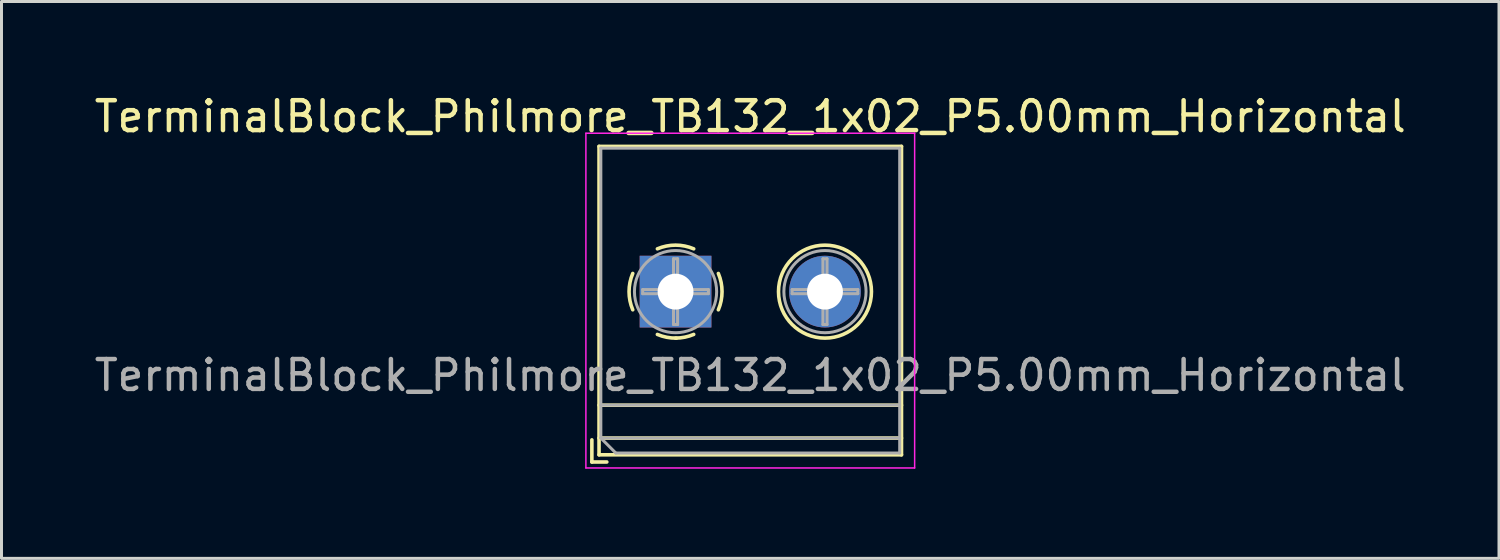
<source format=kicad_pcb>
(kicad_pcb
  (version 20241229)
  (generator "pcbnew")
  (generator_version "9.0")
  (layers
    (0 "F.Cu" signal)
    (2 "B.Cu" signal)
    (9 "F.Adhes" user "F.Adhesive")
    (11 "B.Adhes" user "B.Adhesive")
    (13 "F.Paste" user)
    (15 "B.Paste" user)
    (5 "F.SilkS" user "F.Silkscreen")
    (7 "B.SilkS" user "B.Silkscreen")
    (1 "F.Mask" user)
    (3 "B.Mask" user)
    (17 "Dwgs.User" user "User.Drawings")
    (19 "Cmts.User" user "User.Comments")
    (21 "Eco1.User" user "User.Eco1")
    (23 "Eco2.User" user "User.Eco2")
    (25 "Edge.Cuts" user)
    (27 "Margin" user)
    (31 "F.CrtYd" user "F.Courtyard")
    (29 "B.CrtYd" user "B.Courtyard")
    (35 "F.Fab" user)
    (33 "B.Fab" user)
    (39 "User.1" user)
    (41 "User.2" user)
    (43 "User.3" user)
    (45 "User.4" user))
  (footprint "TerminalBlock_Philmore_TB132_1x02_P5.00mm_Horizontal"
    (layer "F.Cu")
    (at 19.554 6.708)
    (property "Reference" "TerminalBlock_Philmore_TB132_1x02_P5.00mm_Horizontal" (at 2.5 -5.86 0) (layer "F.SilkS") (effects (font (size 1 1) (thickness 0.15))))
    (attr through_hole)
    (fp_line (start -2.8 4.96) (end -2.8 5.7) (stroke (width 0.12) (type solid)) (layer "F.SilkS"))
    (fp_line (start -2.8 5.7) (end -2.3 5.7) (stroke (width 0.12) (type solid)) (layer "F.SilkS"))
    (fp_line (start -2.56 -4.86) (end -2.56 5.46) (stroke (width 0.12) (type solid)) (layer "F.SilkS"))
    (fp_line (start -2.56 -4.86) (end 7.56 -4.86) (stroke (width 0.12) (type solid)) (layer "F.SilkS"))
    (fp_line (start -2.56 3.8) (end 7.56 3.8) (stroke (width 0.12) (type solid)) (layer "F.SilkS"))
    (fp_line (start -2.56 4.9) (end 7.56 4.9) (stroke (width 0.12) (type solid)) (layer "F.SilkS"))
    (fp_line (start -2.56 5.46) (end 7.56 5.46) (stroke (width 0.12) (type solid)) (layer "F.SilkS"))
    (fp_line (start 7.56 -4.86) (end 7.56 5.46) (stroke (width 0.12) (type solid)) (layer "F.SilkS"))
    (fp_arc (start -1.432109 0.607742) (mid -1.555727 -0.00014) (end -1.432 -0.608) (stroke (width 0.12) (type solid)) (layer "F.SilkS"))
    (fp_arc (start -0.607742 -1.432109) (mid 0.00014 -1.555727) (end 0.608 -1.432) (stroke (width 0.12) (type solid)) (layer "F.SilkS"))
    (fp_arc (start 0.027011 1.555493) (mid -0.296984 1.527118) (end -0.608 1.432) (stroke (width 0.12) (type solid)) (layer "F.SilkS"))
    (fp_arc (start 0.607587 1.431385) (mid 0.310017 1.523783) (end 0 1.555) (stroke (width 0.12) (type solid)) (layer "F.SilkS"))
    (fp_arc (start 1.432109 -0.607742) (mid 1.555727 0.00014) (end 1.432 0.608) (stroke (width 0.12) (type solid)) (layer "F.SilkS"))
    (fp_circle (center 5 0) (end 6.555 0) (stroke (width 0.12) (type solid)) (fill no) (layer "F.SilkS"))
    (fp_line (start -3 -5.3) (end -3 5.9) (stroke (width 0.05) (type solid)) (layer "F.CrtYd"))
    (fp_line (start -3 5.9) (end 8 5.9) (stroke (width 0.05) (type solid)) (layer "F.CrtYd"))
    (fp_line (start 8 -5.3) (end -3 -5.3) (stroke (width 0.05) (type solid)) (layer "F.CrtYd"))
    (fp_line (start 8 5.9) (end 8 -5.3) (stroke (width 0.05) (type solid)) (layer "F.CrtYd"))
    (fp_line (start -2.5 -4.8) (end 7.5 -4.8) (stroke (width 0.1) (type solid)) (layer "F.Fab"))
    (fp_line (start -2.5 3.8) (end 7.5 3.8) (stroke (width 0.1) (type solid)) (layer "F.Fab"))
    (fp_line (start -2.5 4.9) (end -2.5 -4.8) (stroke (width 0.1) (type solid)) (layer "F.Fab"))
    (fp_line (start -2.5 4.9) (end 7.5 4.9) (stroke (width 0.1) (type solid)) (layer "F.Fab"))
    (fp_line (start -2 5.4) (end -2.5 4.9) (stroke (width 0.1) (type solid)) (layer "F.Fab"))
    (fp_line (start -1.1 -0.069) (end -0.069 -0.069) (stroke (width 0.1) (type solid)) (layer "F.Fab"))
    (fp_line (start -1.1 0.069) (end -1.1 -0.069) (stroke (width 0.1) (type solid)) (layer "F.Fab"))
    (fp_line (start -0.069 -1.1) (end 0.069 -1.1) (stroke (width 0.1) (type solid)) (layer "F.Fab"))
    (fp_line (start -0.069 -0.069) (end -0.069 -1.1) (stroke (width 0.1) (type solid)) (layer "F.Fab"))
    (fp_line (start -0.069 0.069) (end -1.1 0.069) (stroke (width 0.1) (type solid)) (layer "F.Fab"))
    (fp_line (start -0.069 1.1) (end -0.069 0.069) (stroke (width 0.1) (type solid)) (layer "F.Fab"))
    (fp_line (start 0.069 -1.1) (end 0.069 -0.069) (stroke (width 0.1) (type solid)) (layer "F.Fab"))
    (fp_line (start 0.069 -0.069) (end 1.1 -0.069) (stroke (width 0.1) (type solid)) (layer "F.Fab"))
    (fp_line (start 0.069 0.069) (end 0.069 1.1) (stroke (width 0.1) (type solid)) (layer "F.Fab"))
    (fp_line (start 0.069 1.1) (end -0.069 1.1) (stroke (width 0.1) (type solid)) (layer "F.Fab"))
    (fp_line (start 1.1 -0.069) (end 1.1 0.069) (stroke (width 0.1) (type solid)) (layer "F.Fab"))
    (fp_line (start 1.1 0.069) (end 0.069 0.069) (stroke (width 0.1) (type solid)) (layer "F.Fab"))
    (fp_line (start 3.9 -0.069) (end 4.931 -0.069) (stroke (width 0.1) (type solid)) (layer "F.Fab"))
    (fp_line (start 3.9 0.069) (end 3.9 -0.069) (stroke (width 0.1) (type solid)) (layer "F.Fab"))
    (fp_line (start 4.931 -1.1) (end 5.069 -1.1) (stroke (width 0.1) (type solid)) (layer "F.Fab"))
    (fp_line (start 4.931 -0.069) (end 4.931 -1.1) (stroke (width 0.1) (type solid)) (layer "F.Fab"))
    (fp_line (start 4.931 0.069) (end 3.9 0.069) (stroke (width 0.1) (type solid)) (layer "F.Fab"))
    (fp_line (start 4.931 1.1) (end 4.931 0.069) (stroke (width 0.1) (type solid)) (layer "F.Fab"))
    (fp_line (start 5.069 -1.1) (end 5.069 -0.069) (stroke (width 0.1) (type solid)) (layer "F.Fab"))
    (fp_line (start 5.069 -0.069) (end 6.1 -0.069) (stroke (width 0.1) (type solid)) (layer "F.Fab"))
    (fp_line (start 5.069 0.069) (end 5.069 1.1) (stroke (width 0.1) (type solid)) (layer "F.Fab"))
    (fp_line (start 5.069 1.1) (end 4.931 1.1) (stroke (width 0.1) (type solid)) (layer "F.Fab"))
    (fp_line (start 6.1 -0.069) (end 6.1 0.069) (stroke (width 0.1) (type solid)) (layer "F.Fab"))
    (fp_line (start 6.1 0.069) (end 5.069 0.069) (stroke (width 0.1) (type solid)) (layer "F.Fab"))
    (fp_line (start 7.5 -4.8) (end 7.5 5.4) (stroke (width 0.1) (type solid)) (layer "F.Fab"))
    (fp_line (start 7.5 5.4) (end -2 5.4) (stroke (width 0.1) (type solid)) (layer "F.Fab"))
    (fp_circle (center 0 0) (end 1.375 0) (stroke (width 0.1) (type solid)) (fill no) (layer "F.Fab"))
    (fp_circle (center 5 0) (end 6.375 0) (stroke (width 0.1) (type solid)) (fill no) (layer "F.Fab"))
    (fp_text user "${REFERENCE}" (at 2.5 2.8 0) (layer "F.Fab") (effects (font (size 1 1) (thickness 0.15))))
    (pad "1" thru_hole rect (at 0 0) (size 2.4 2.4) (drill 1.2) (layers "*.Cu" "*.Mask"))
    (pad "2" thru_hole circle (at 5 0) (size 2.4 2.4) (drill 1.2) (layers "*.Cu" "*.Mask")))
  (gr_rect
    (start -3 -3)
    (end 47.107 15.633)
    (stroke (width 0.1) (type default))
    (fill no)
    (layer "Edge.Cuts")))
</source>
